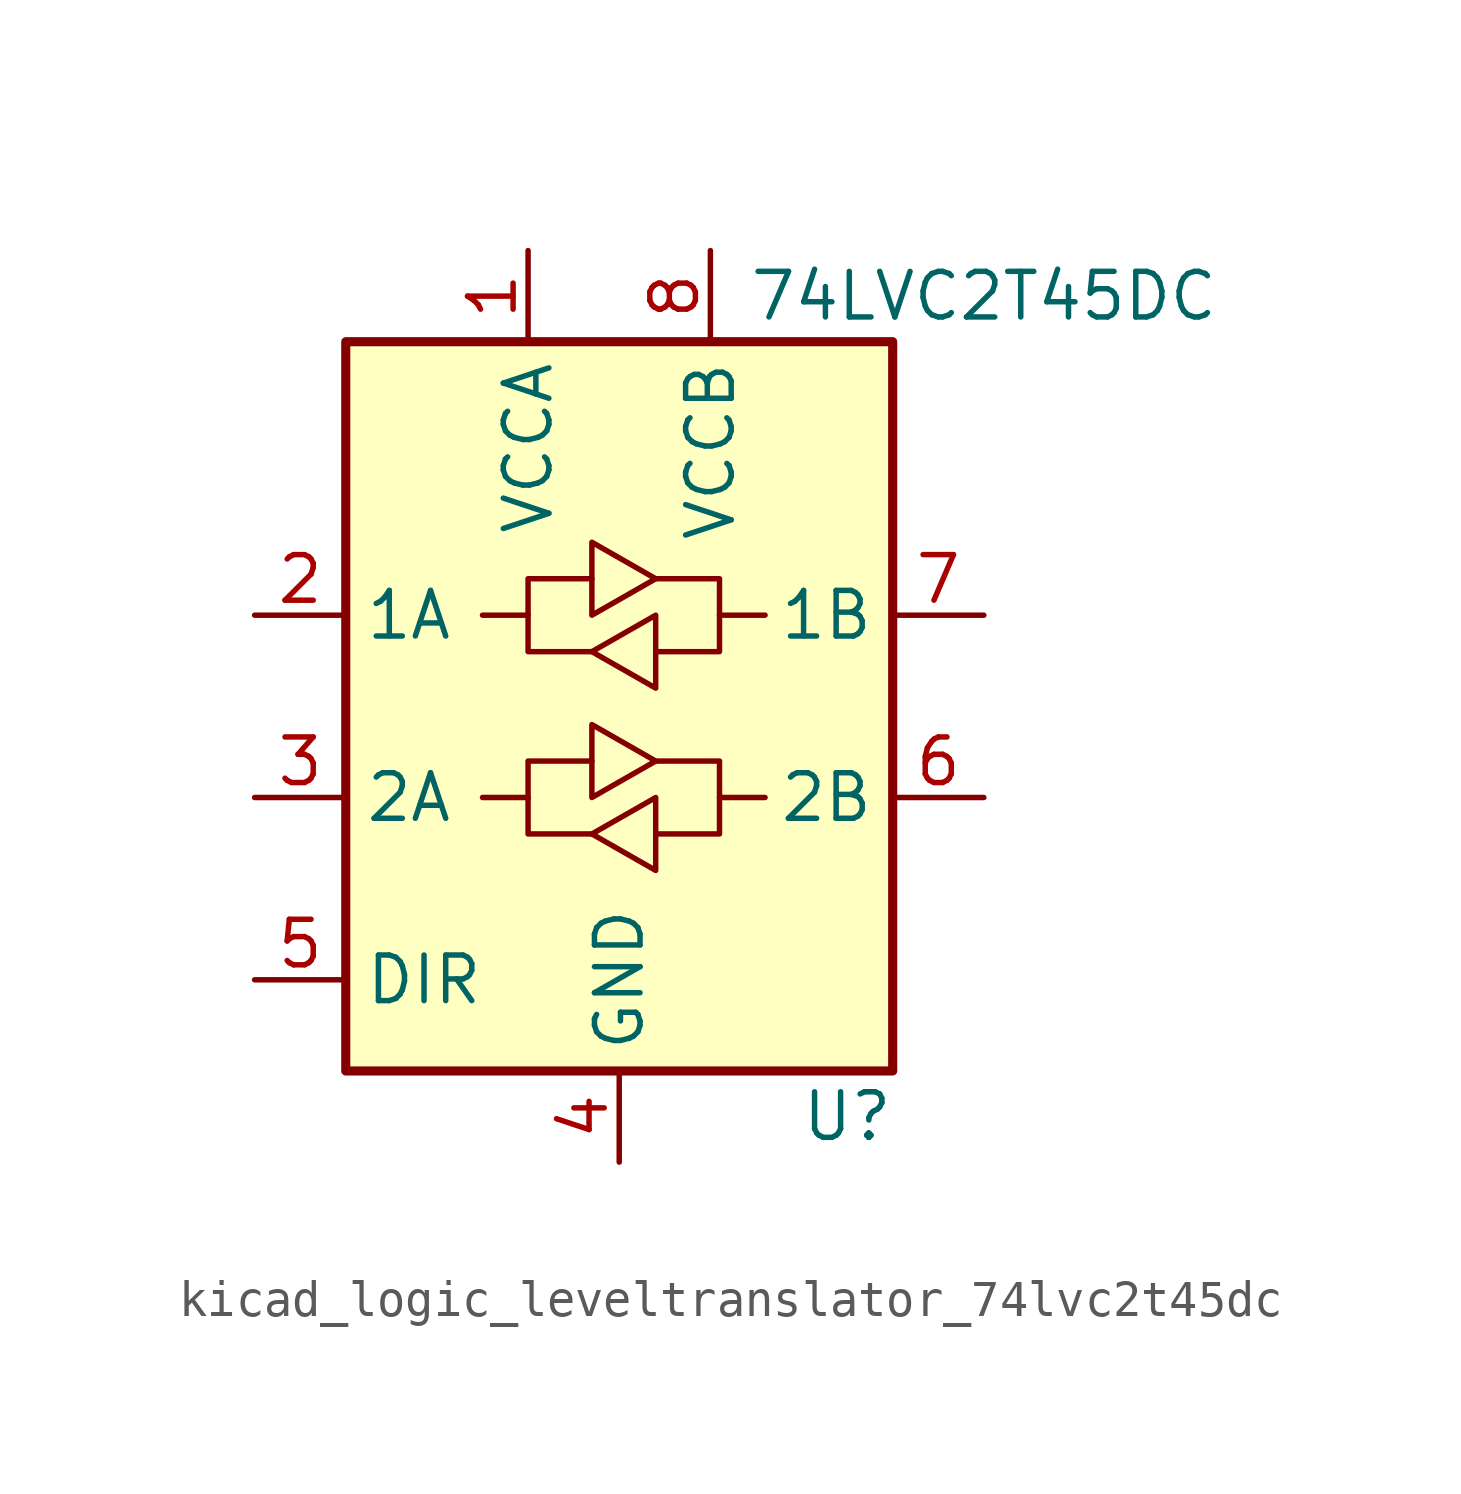
<source format=kicad_sym>
(kicad_symbol_lib
  (version 20220914)
  (generator kicad_symbol_editor)
  (symbol "kicad_logic_leveltranslator_74lvc2t45dc"
    (property "Reference" "U"
      (at 6.35 -11.43 0)
      (effects (font (size 1.27 1.27))))
    (property "Value" "74LVC2T45DC"
      (at 10.16 11.43 0)
      (effects (font (size 1.27 1.27))))
    (symbol "kicad_logic_leveltranslator_74lvc2t45dc_1_1"
      (rectangle (start -7.62 10.16) (end 7.62 -10.16) (stroke (width 0.254) (type default)) (fill (type background)))
      (polyline (pts (xy -2.54 -2.54) (xy -2.54 -1.524) (xy -0.762 -1.524)) (stroke (width 0) (type default)) (fill (type none)))
      (polyline (pts (xy -2.54 2.54) (xy -2.54 3.556) (xy -0.762 3.556)) (stroke (width 0) (type default)) (fill (type none)))
      (polyline (pts (xy 2.794 -2.54) (xy 2.794 -3.556) (xy 1.016 -3.556)) (stroke (width 0) (type default)) (fill (type none)))
      (polyline (pts (xy 2.794 2.54) (xy 2.794 1.524) (xy 1.016 1.524)) (stroke (width 0) (type default)) (fill (type none)))
      (polyline (pts (xy -0.762 -3.556) (xy -2.54 -3.556) (xy -2.54 -2.54) (xy -3.81 -2.54)) (stroke (width 0) (type default)) (fill (type none)))
      (polyline (pts (xy -0.762 -2.54) (xy -0.762 -0.508) (xy 1.016 -1.524) (xy -0.762 -2.54)) (stroke (width 0) (type default)) (fill (type none)))
      (polyline (pts (xy -0.762 1.524) (xy -2.54 1.524) (xy -2.54 2.54) (xy -3.81 2.54)) (stroke (width 0) (type default)) (fill (type none)))
      (polyline (pts (xy -0.762 2.54) (xy -0.762 4.572) (xy 1.016 3.556) (xy -0.762 2.54)) (stroke (width 0) (type default)) (fill (type none)))
      (polyline (pts (xy 1.016 -1.524) (xy 2.794 -1.524) (xy 2.794 -2.54) (xy 4.064 -2.54)) (stroke (width 0) (type default)) (fill (type none)))
      (polyline (pts (xy 1.016 3.556) (xy 2.794 3.556) (xy 2.794 2.54) (xy 4.064 2.54)) (stroke (width 0) (type default)) (fill (type none)))
      (polyline (pts (xy 1.016 -2.54) (xy 1.016 -4.318) (xy 1.016 -4.572) (xy -0.762 -3.556) (xy 1.016 -2.54)) (stroke (width 0) (type default)) (fill (type none)))
      (polyline (pts (xy 1.016 2.54) (xy 1.016 0.762) (xy 1.016 0.508) (xy -0.762 1.524) (xy 1.016 2.54)) (stroke (width 0) (type default)) (fill (type none)))
      (pin power_in line (at -2.54 12.7 270) (length 2.54) (name "VCCA" (effects (font (size 1.27 1.27)))) (number "1" (effects (font (size 1.27 1.27)))))
      (pin bidirectional line (at -10.16 2.54 0) (length 2.54) (name "1A" (effects (font (size 1.27 1.27)))) (number "2" (effects (font (size 1.27 1.27)))))
      (pin bidirectional line (at -10.16 -2.54 0) (length 2.54) (name "2A" (effects (font (size 1.27 1.27)))) (number "3" (effects (font (size 1.27 1.27)))))
      (pin power_in line (at 0 -12.7 90) (length 2.54) (name "GND" (effects (font (size 1.27 1.27)))) (number "4" (effects (font (size 1.27 1.27)))))
      (pin input line (at -10.16 -7.62 0) (length 2.54) (name "DIR" (effects (font (size 1.27 1.27)))) (number "5" (effects (font (size 1.27 1.27)))))
      (pin bidirectional line (at 10.16 -2.54 180) (length 2.54) (name "2B" (effects (font (size 1.27 1.27)))) (number "6" (effects (font (size 1.27 1.27)))))
      (pin bidirectional line (at 10.16 2.54 180) (length 2.54) (name "1B" (effects (font (size 1.27 1.27)))) (number "7" (effects (font (size 1.27 1.27)))))
      (pin power_in line (at 2.54 12.7 270) (length 2.54) (name "VCCB" (effects (font (size 1.27 1.27)))) (number "8" (effects (font (size 1.27 1.27))))))))
</source>
